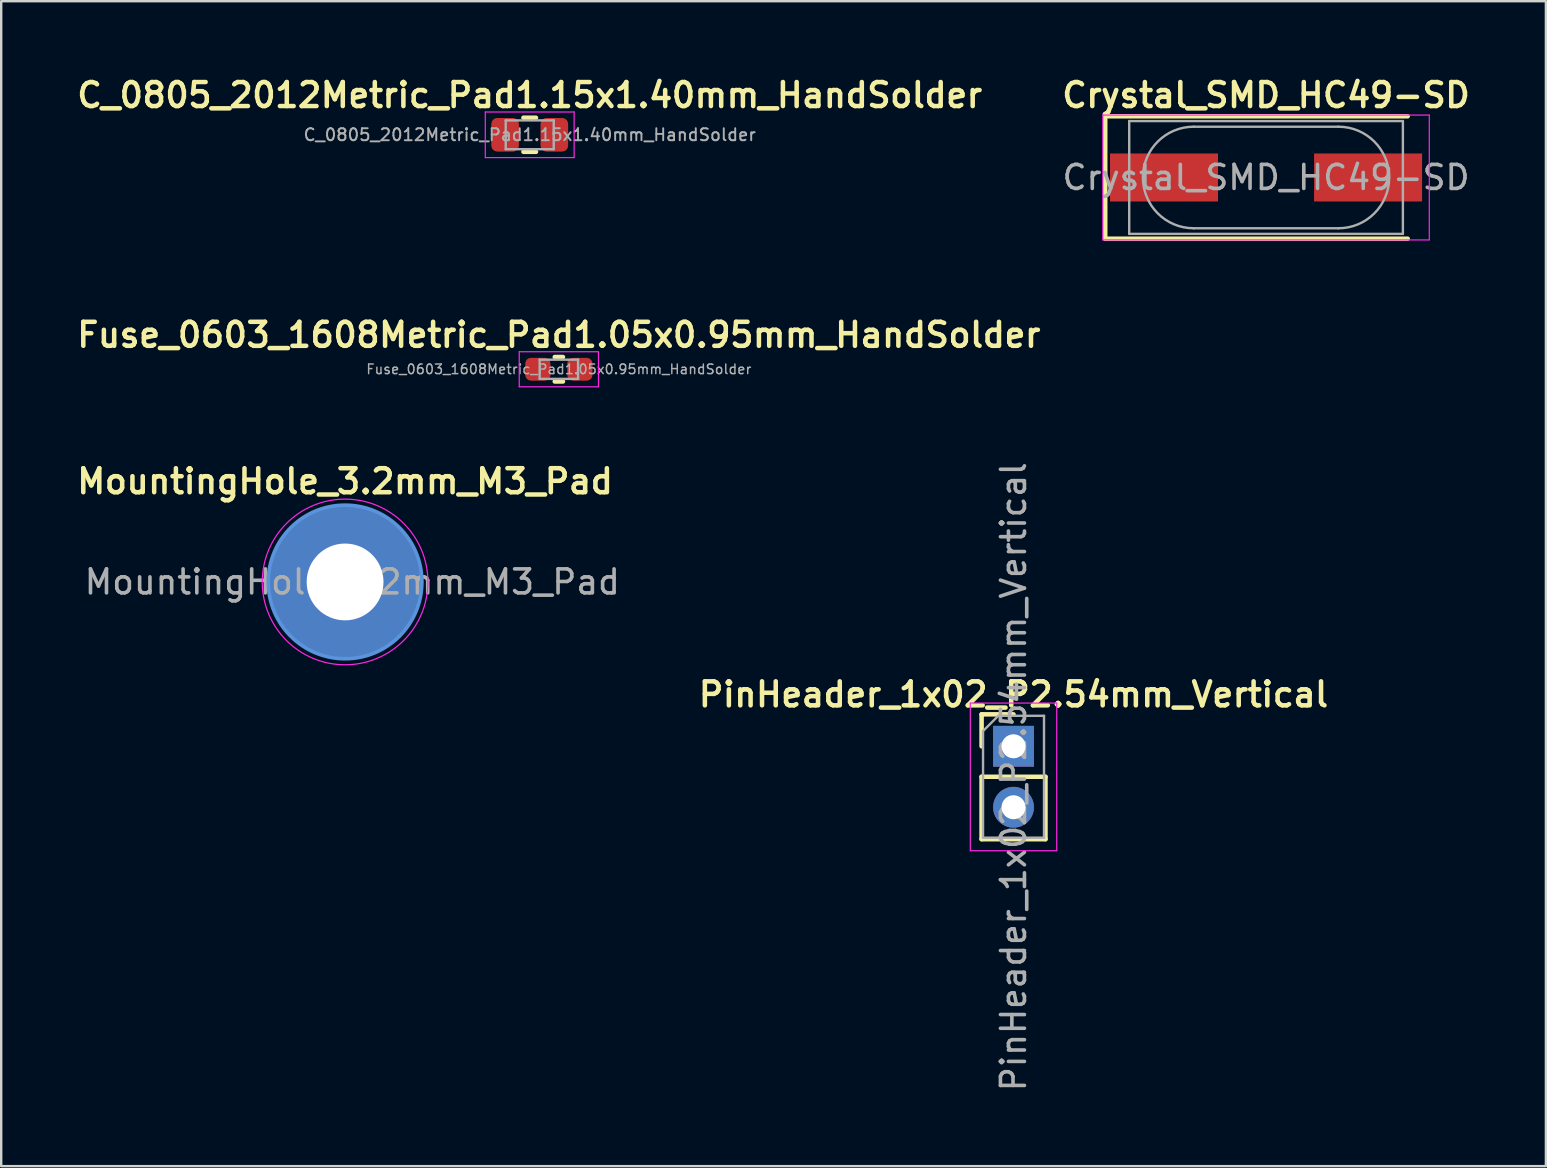
<source format=kicad_pcb>
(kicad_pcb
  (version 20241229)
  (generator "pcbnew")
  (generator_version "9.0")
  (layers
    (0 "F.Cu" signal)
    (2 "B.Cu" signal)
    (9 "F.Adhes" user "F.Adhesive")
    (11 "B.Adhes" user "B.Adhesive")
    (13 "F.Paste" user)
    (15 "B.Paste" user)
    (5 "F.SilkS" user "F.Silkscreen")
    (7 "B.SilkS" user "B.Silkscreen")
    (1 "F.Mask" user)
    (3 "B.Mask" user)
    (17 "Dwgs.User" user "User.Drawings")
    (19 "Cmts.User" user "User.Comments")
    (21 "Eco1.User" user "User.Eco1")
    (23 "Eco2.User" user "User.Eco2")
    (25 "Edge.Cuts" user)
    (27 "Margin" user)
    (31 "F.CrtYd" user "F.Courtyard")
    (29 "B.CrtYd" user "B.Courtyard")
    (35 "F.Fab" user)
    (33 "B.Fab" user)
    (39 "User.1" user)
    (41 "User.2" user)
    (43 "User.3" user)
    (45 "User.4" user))
  (footprint "Crystal_SMD_HC49-SD"
    (layer "F.Cu")
    (at 49.687 4.343)
    (property "Reference" "Crystal_SMD_HC49-SD" (at 0 -3.429 0) (layer "F.SilkS") (effects (font (size 1 1) (thickness 0.188))))
    (attr smd)
    (fp_line (start -6.7 -2.55) (end -6.7 2.55) (stroke (width 0.188) (type solid)) (layer "F.SilkS"))
    (fp_line (start -6.7 2.55) (end 5.9 2.55) (stroke (width 0.188) (type solid)) (layer "F.SilkS"))
    (fp_line (start 5.9 -2.55) (end -6.7 -2.55) (stroke (width 0.188) (type solid)) (layer "F.SilkS"))
    (fp_line (start -6.8 -2.6) (end -6.8 2.6) (stroke (width 0.05) (type solid)) (layer "F.CrtYd"))
    (fp_line (start -6.8 2.6) (end 6.8 2.6) (stroke (width 0.05) (type solid)) (layer "F.CrtYd"))
    (fp_line (start 6.8 -2.6) (end -6.8 -2.6) (stroke (width 0.05) (type solid)) (layer "F.CrtYd"))
    (fp_line (start 6.8 2.6) (end 6.8 -2.6) (stroke (width 0.05) (type solid)) (layer "F.CrtYd"))
    (fp_line (start -5.7 -2.35) (end -5.7 2.35) (stroke (width 0.1) (type solid)) (layer "F.Fab"))
    (fp_line (start -5.7 2.35) (end 5.7 2.35) (stroke (width 0.1) (type solid)) (layer "F.Fab"))
    (fp_line (start -3.015 -2.115) (end 3.015 -2.115) (stroke (width 0.1) (type solid)) (layer "F.Fab"))
    (fp_line (start -3.015 2.115) (end 3.015 2.115) (stroke (width 0.1) (type solid)) (layer "F.Fab"))
    (fp_line (start 5.7 -2.35) (end -5.7 -2.35) (stroke (width 0.1) (type solid)) (layer "F.Fab"))
    (fp_line (start 5.7 2.35) (end 5.7 -2.35) (stroke (width 0.1) (type solid)) (layer "F.Fab"))
    (fp_arc (start -3.015 2.115) (mid -5.13 0) (end -3.015 -2.115) (stroke (width 0.1) (type solid)) (layer "F.Fab"))
    (fp_arc (start 3.015 -2.115) (mid 5.13 0) (end 3.015 2.115) (stroke (width 0.1) (type solid)) (layer "F.Fab"))
    (fp_text user "${REFERENCE}" (at 0 0 0) (layer "F.Fab") (effects (font (size 1 1) (thickness 0.15))))
    (pad "1" smd rect (at -4.25 0) (size 4.5 2) (layers "F.Cu" "F.Mask" "F.Paste"))
    (pad "2" smd rect (at 4.25 0) (size 4.5 2) (layers "F.Cu" "F.Mask" "F.Paste")))
  (footprint "MountingHole_3.2mm_M3_Pad"
    (layer "F.Cu")
    (at 11.324 21.191)
    (property "Reference" "MountingHole_3.2mm_M3_Pad" (at 0 -4.191 0) (layer "F.SilkS") (effects (font (size 1 1) (thickness 0.188))))
    (attr exclude_from_pos_files exclude_from_bom)
    (fp_circle (center 0 0) (end 3.2 0) (stroke (width 0.15) (type solid)) (fill no) (layer "Cmts.User"))
    (fp_circle (center 0 0) (end 3.45 0) (stroke (width 0.05) (type solid)) (fill no) (layer "F.CrtYd"))
    (fp_text user "${REFERENCE}" (at 0.3 0 0) (layer "F.Fab") (effects (font (size 1 1) (thickness 0.15))))
    (pad "1" thru_hole circle (at 0 0) (size 6.4 6.4) (drill 3.2) (layers "*.Cu" "*.Mask")))
  (footprint "C_0805_2012Metric_Pad1.15x1.40mm_HandSolder"
    (layer "F.Cu")
    (at 19.015 2.564)
    (property "Reference" "C_0805_2012Metric_Pad1.15x1.40mm_HandSolder" (at 0 -1.65 0) (layer "F.SilkS") (effects (font (size 1 1) (thickness 0.188))))
    (attr smd)
    (fp_line (start -0.261 -0.71) (end 0.261 -0.71) (stroke (width 0.188) (type solid)) (layer "F.SilkS"))
    (fp_line (start -0.261 0.71) (end 0.261 0.71) (stroke (width 0.188) (type solid)) (layer "F.SilkS"))
    (fp_line (start -1.85 -0.95) (end 1.85 -0.95) (stroke (width 0.05) (type solid)) (layer "F.CrtYd"))
    (fp_line (start -1.85 0.95) (end -1.85 -0.95) (stroke (width 0.05) (type solid)) (layer "F.CrtYd"))
    (fp_line (start 1.85 -0.95) (end 1.85 0.95) (stroke (width 0.05) (type solid)) (layer "F.CrtYd"))
    (fp_line (start 1.85 0.95) (end -1.85 0.95) (stroke (width 0.05) (type solid)) (layer "F.CrtYd"))
    (fp_line (start -1 -0.6) (end 1 -0.6) (stroke (width 0.1) (type solid)) (layer "F.Fab"))
    (fp_line (start -1 0.6) (end -1 -0.6) (stroke (width 0.1) (type solid)) (layer "F.Fab"))
    (fp_line (start 1 -0.6) (end 1 0.6) (stroke (width 0.1) (type solid)) (layer "F.Fab"))
    (fp_line (start 1 0.6) (end -1 0.6) (stroke (width 0.1) (type solid)) (layer "F.Fab"))
    (fp_text user "${REFERENCE}" (at 0 0 0) (layer "F.Fab") (effects (font (size 0.5 0.5) (thickness 0.08))))
    (pad "1" smd roundrect (at -1.025 0) (size 1.15 1.4) (layers "F.Cu" "F.Mask" "F.Paste") (roundrect_rratio 0.217))
    (pad "2" smd roundrect (at 1.025 0) (size 1.15 1.4) (layers "F.Cu" "F.Mask" "F.Paste") (roundrect_rratio 0.217)))
  (footprint "PinHeader_1x02_P2.54mm_Vertical"
    (layer "F.Cu")
    (at 39.168 28.036)
    (property "Reference" "PinHeader_1x02_P2.54mm_Vertical" (at 0 -2.159 0) (layer "F.SilkS") (effects (font (size 1 1) (thickness 0.188))))
    (attr through_hole)
    (fp_line (start -1.33 -1.33) (end 0 -1.33) (stroke (width 0.188) (type solid)) (layer "F.SilkS"))
    (fp_line (start -1.33 0) (end -1.33 -1.33) (stroke (width 0.188) (type solid)) (layer "F.SilkS"))
    (fp_line (start -1.33 1.27) (end -1.33 3.87) (stroke (width 0.188) (type solid)) (layer "F.SilkS"))
    (fp_line (start -1.33 1.27) (end 1.33 1.27) (stroke (width 0.188) (type solid)) (layer "F.SilkS"))
    (fp_line (start -1.33 3.87) (end 1.33 3.87) (stroke (width 0.188) (type solid)) (layer "F.SilkS"))
    (fp_line (start 1.33 1.27) (end 1.33 3.87) (stroke (width 0.188) (type solid)) (layer "F.SilkS"))
    (fp_line (start -1.8 -1.8) (end -1.8 4.35) (stroke (width 0.05) (type solid)) (layer "F.CrtYd"))
    (fp_line (start -1.8 4.35) (end 1.8 4.35) (stroke (width 0.05) (type solid)) (layer "F.CrtYd"))
    (fp_line (start 1.8 -1.8) (end -1.8 -1.8) (stroke (width 0.05) (type solid)) (layer "F.CrtYd"))
    (fp_line (start 1.8 4.35) (end 1.8 -1.8) (stroke (width 0.05) (type solid)) (layer "F.CrtYd"))
    (fp_line (start -1.27 -0.635) (end -0.635 -1.27) (stroke (width 0.1) (type solid)) (layer "F.Fab"))
    (fp_line (start -1.27 3.81) (end -1.27 -0.635) (stroke (width 0.1) (type solid)) (layer "F.Fab"))
    (fp_line (start -0.635 -1.27) (end 1.27 -1.27) (stroke (width 0.1) (type solid)) (layer "F.Fab"))
    (fp_line (start 1.27 -1.27) (end 1.27 3.81) (stroke (width 0.1) (type solid)) (layer "F.Fab"))
    (fp_line (start 1.27 3.81) (end -1.27 3.81) (stroke (width 0.1) (type solid)) (layer "F.Fab"))
    (fp_text user "${REFERENCE}" (at 0 1.27 90) (layer "F.Fab") (effects (font (size 1 1) (thickness 0.15))))
    (pad "1" thru_hole rect (at 0 0) (size 1.7 1.7) (drill 1) (layers "*.Cu" "*.Mask"))
    (pad "2" thru_hole oval (at 0 2.54) (size 1.7 1.7) (drill 1) (layers "*.Cu" "*.Mask")))
  (footprint "Fuse_0603_1608Metric_Pad1.05x0.95mm_HandSolder"
    (layer "F.Cu")
    (at 20.229 12.331)
    (property "Reference" "Fuse_0603_1608Metric_Pad1.05x0.95mm_HandSolder" (at 0 -1.43 0) (layer "F.SilkS") (effects (font (size 1 1) (thickness 0.188))))
    (attr smd)
    (fp_line (start -0.171 -0.51) (end 0.171 -0.51) (stroke (width 0.188) (type solid)) (layer "F.SilkS"))
    (fp_line (start -0.171 0.51) (end 0.171 0.51) (stroke (width 0.188) (type solid)) (layer "F.SilkS"))
    (fp_line (start -1.65 -0.73) (end 1.65 -0.73) (stroke (width 0.05) (type solid)) (layer "F.CrtYd"))
    (fp_line (start -1.65 0.73) (end -1.65 -0.73) (stroke (width 0.05) (type solid)) (layer "F.CrtYd"))
    (fp_line (start 1.65 -0.73) (end 1.65 0.73) (stroke (width 0.05) (type solid)) (layer "F.CrtYd"))
    (fp_line (start 1.65 0.73) (end -1.65 0.73) (stroke (width 0.05) (type solid)) (layer "F.CrtYd"))
    (fp_line (start -0.8 -0.4) (end 0.8 -0.4) (stroke (width 0.1) (type solid)) (layer "F.Fab"))
    (fp_line (start -0.8 0.4) (end -0.8 -0.4) (stroke (width 0.1) (type solid)) (layer "F.Fab"))
    (fp_line (start 0.8 -0.4) (end 0.8 0.4) (stroke (width 0.1) (type solid)) (layer "F.Fab"))
    (fp_line (start 0.8 0.4) (end -0.8 0.4) (stroke (width 0.1) (type solid)) (layer "F.Fab"))
    (fp_text user "${REFERENCE}" (at 0 0 0) (layer "F.Fab") (effects (font (size 0.4 0.4) (thickness 0.06))))
    (pad "1" smd roundrect (at -0.875 0) (size 1.05 0.95) (layers "F.Cu" "F.Mask" "F.Paste") (roundrect_rratio 0.25))
    (pad "2" smd roundrect (at 0.875 0) (size 1.05 0.95) (layers "F.Cu" "F.Mask" "F.Paste") (roundrect_rratio 0.25)))
  (gr_rect
    (start -3 -3)
    (end 61.344 45.526)
    (stroke (width 0.1) (type default))
    (fill no)
    (layer "Edge.Cuts")))
</source>
